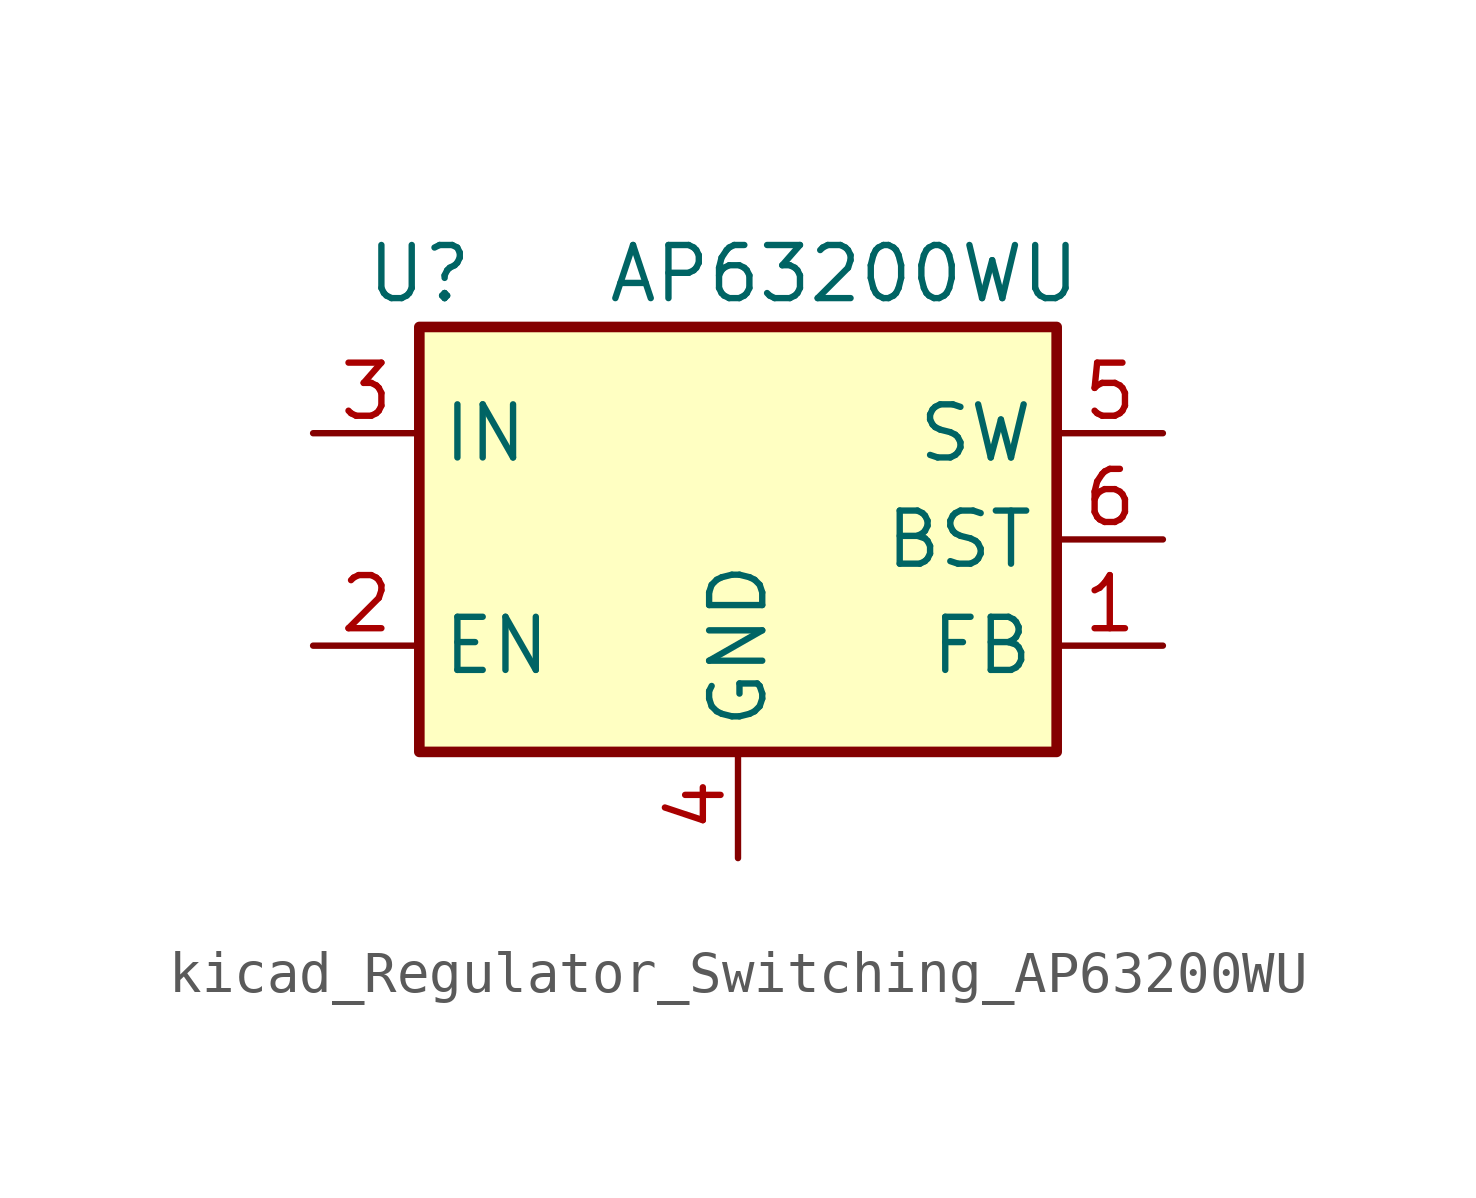
<source format=kicad_sym>
(kicad_symbol_lib
  (version 20220914)
  (generator kicad_symbol_editor)
  (symbol "kicad_Regulator_Switching_AP63200WU"
    (property "Reference" "U"
      (at -7.62 6.35 0)
      (effects (font (size 1.27 1.27))))
    (property "Value" "AP63200WU"
      (at 2.54 6.35 0)
      (effects (font (size 1.27 1.27))))
    (symbol "kicad_Regulator_Switching_AP63200WU_0_1"
      (rectangle (start -7.62 5.08) (end 7.62 -5.08) (stroke (width 0.254) (type default)) (fill (type background))))
    (symbol "kicad_Regulator_Switching_AP63200WU_1_1"
      (pin input line (at 10.16 -2.54 180) (length 2.54) (name "FB" (effects (font (size 1.27 1.27)))) (number "1" (effects (font (size 1.27 1.27)))))
      (pin input line (at -10.16 -2.54 0) (length 2.54) (name "EN" (effects (font (size 1.27 1.27)))) (number "2" (effects (font (size 1.27 1.27)))))
      (pin power_in line (at -10.16 2.54 0) (length 2.54) (name "IN" (effects (font (size 1.27 1.27)))) (number "3" (effects (font (size 1.27 1.27)))))
      (pin power_in line (at 0 -7.62 90) (length 2.54) (name "GND" (effects (font (size 1.27 1.27)))) (number "4" (effects (font (size 1.27 1.27)))))
      (pin output line (at 10.16 2.54 180) (length 2.54) (name "SW" (effects (font (size 1.27 1.27)))) (number "5" (effects (font (size 1.27 1.27)))))
      (pin passive line (at 10.16 0 180) (length 2.54) (name "BST" (effects (font (size 1.27 1.27)))) (number "6" (effects (font (size 1.27 1.27))))))))
</source>
